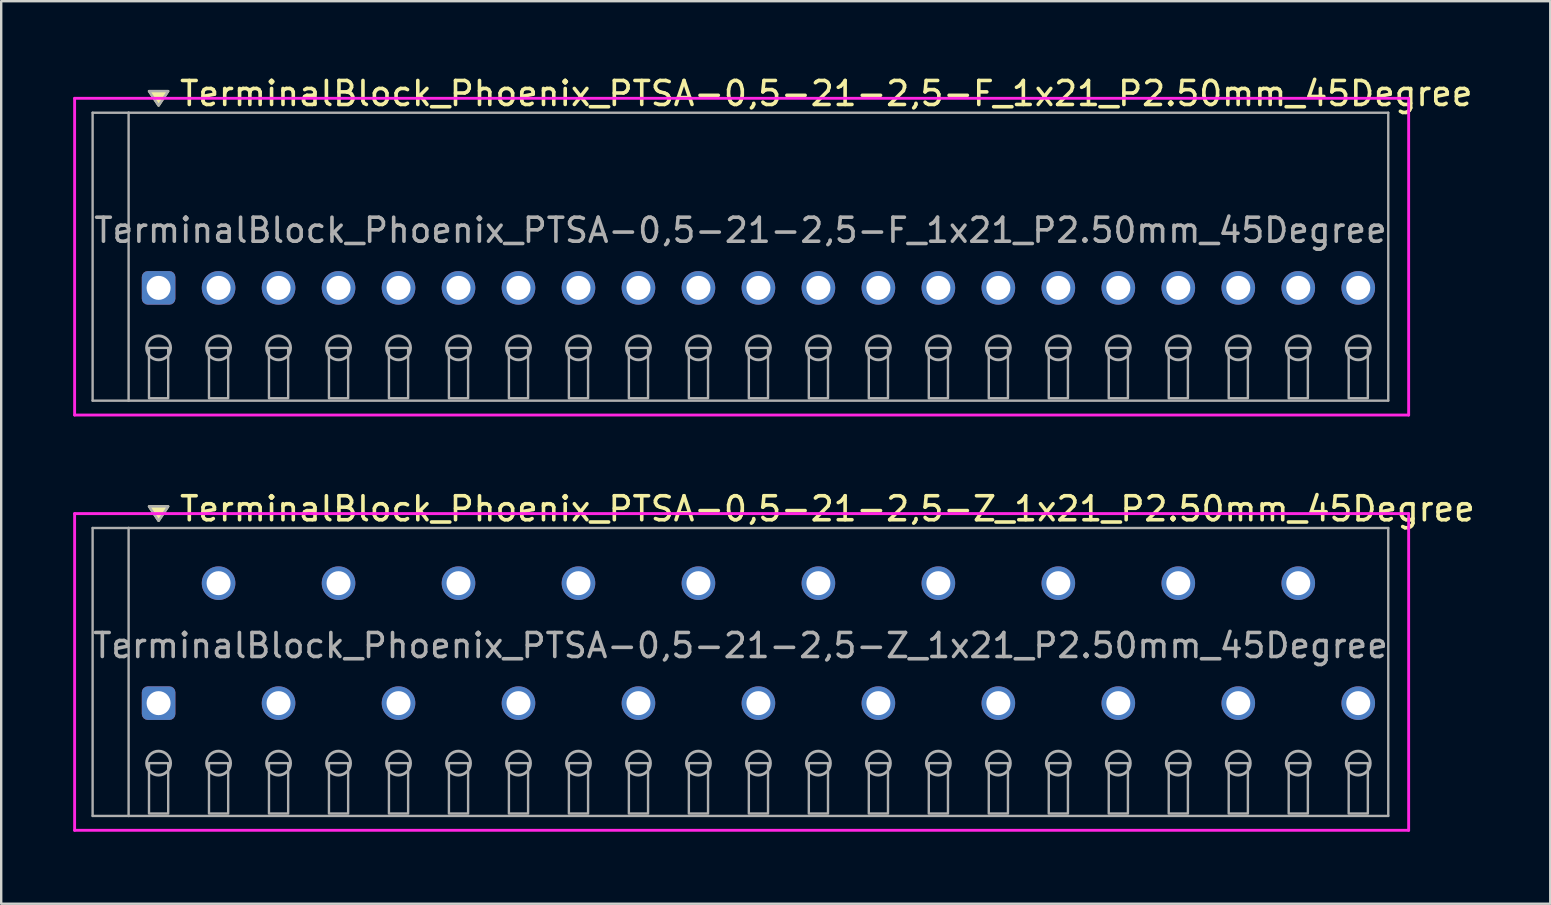
<source format=kicad_pcb>
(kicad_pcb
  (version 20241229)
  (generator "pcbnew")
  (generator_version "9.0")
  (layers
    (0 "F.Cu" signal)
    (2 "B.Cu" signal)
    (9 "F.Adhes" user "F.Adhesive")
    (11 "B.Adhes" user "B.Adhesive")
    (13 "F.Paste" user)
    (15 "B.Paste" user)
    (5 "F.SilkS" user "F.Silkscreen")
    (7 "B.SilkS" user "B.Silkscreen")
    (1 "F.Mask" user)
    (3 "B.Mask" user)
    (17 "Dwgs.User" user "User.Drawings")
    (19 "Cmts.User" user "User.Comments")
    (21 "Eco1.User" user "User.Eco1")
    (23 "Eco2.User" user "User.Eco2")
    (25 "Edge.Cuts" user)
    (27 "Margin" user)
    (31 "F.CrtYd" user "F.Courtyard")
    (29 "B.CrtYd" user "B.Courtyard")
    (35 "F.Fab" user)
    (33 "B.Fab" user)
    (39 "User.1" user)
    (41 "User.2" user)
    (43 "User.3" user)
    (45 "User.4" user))
  (footprint "TerminalBlock_Phoenix_PTSA-0,5-21-2,5-F_1x21_P2.50mm_45Degree"
    (layer "F.Cu")
    (at 3.56 8.948)
    (property "Reference" "TerminalBlock_Phoenix_PTSA-0,5-21-2,5-F_1x21_P2.50mm_45Degree" (at 0.8 -8.1 0) (layer "F.SilkS") (effects (font (size 1 1) (thickness 0.15)) (justify left)))
    (attr through_hole)
    (fp_poly (pts (xy 0 -7.6) (xy -0.4 -8.2) (xy 0.4 -8.2)) (stroke (width 0.1) (type solid)) (fill yes) (layer "F.SilkS"))
    (fp_line (start -3.5 -7.9) (end 52.1 -7.9) (stroke (width 0.12) (type solid)) (layer "F.CrtYd"))
    (fp_line (start -3.5 5.3) (end -3.5 -7.9) (stroke (width 0.12) (type solid)) (layer "F.CrtYd"))
    (fp_line (start 52.1 -7.9) (end 52.1 5.3) (stroke (width 0.12) (type solid)) (layer "F.CrtYd"))
    (fp_line (start 52.1 5.3) (end -3.5 5.3) (stroke (width 0.12) (type solid)) (layer "F.CrtYd"))
    (fp_line (start -2.75 -7.3) (end -1.25 -7.3) (stroke (width 0.1) (type solid)) (layer "F.Fab"))
    (fp_line (start -2.75 4.7) (end -2.75 -7.3) (stroke (width 0.1) (type solid)) (layer "F.Fab"))
    (fp_line (start -1.25 -7.3) (end -1.25 4.7) (stroke (width 0.1) (type solid)) (layer "F.Fab"))
    (fp_line (start -1.25 4.7) (end -2.75 4.7) (stroke (width 0.1) (type solid)) (layer "F.Fab"))
    (fp_line (start -1.25 4.7) (end 51.25 4.7) (stroke (width 0.1) (type solid)) (layer "F.Fab"))
    (fp_line (start 51.25 -7.3) (end -1.25 -7.3) (stroke (width 0.1) (type solid)) (layer "F.Fab"))
    (fp_line (start 51.25 4.7) (end 51.25 -7.3) (stroke (width 0.1) (type solid)) (layer "F.Fab"))
    (fp_circle (center 0 2.5) (end -0.5 2.5) (stroke (width 0.12) (type solid)) (fill no) (layer "F.Fab"))
    (fp_circle (center 2.5 2.5) (end 2 2.5) (stroke (width 0.12) (type solid)) (fill no) (layer "F.Fab"))
    (fp_circle (center 5 2.5) (end 4.5 2.5) (stroke (width 0.12) (type solid)) (fill no) (layer "F.Fab"))
    (fp_circle (center 7.5 2.5) (end 7 2.5) (stroke (width 0.12) (type solid)) (fill no) (layer "F.Fab"))
    (fp_circle (center 10 2.5) (end 9.5 2.5) (stroke (width 0.12) (type solid)) (fill no) (layer "F.Fab"))
    (fp_circle (center 12.5 2.5) (end 12 2.5) (stroke (width 0.12) (type solid)) (fill no) (layer "F.Fab"))
    (fp_circle (center 15 2.5) (end 14.5 2.5) (stroke (width 0.12) (type solid)) (fill no) (layer "F.Fab"))
    (fp_circle (center 17.5 2.5) (end 17 2.5) (stroke (width 0.12) (type solid)) (fill no) (layer "F.Fab"))
    (fp_circle (center 20 2.5) (end 19.5 2.5) (stroke (width 0.12) (type solid)) (fill no) (layer "F.Fab"))
    (fp_circle (center 22.5 2.5) (end 22 2.5) (stroke (width 0.12) (type solid)) (fill no) (layer "F.Fab"))
    (fp_circle (center 25 2.5) (end 24.5 2.5) (stroke (width 0.12) (type solid)) (fill no) (layer "F.Fab"))
    (fp_circle (center 27.5 2.5) (end 27 2.5) (stroke (width 0.12) (type solid)) (fill no) (layer "F.Fab"))
    (fp_circle (center 30 2.5) (end 29.5 2.5) (stroke (width 0.12) (type solid)) (fill no) (layer "F.Fab"))
    (fp_circle (center 32.5 2.5) (end 32 2.5) (stroke (width 0.12) (type solid)) (fill no) (layer "F.Fab"))
    (fp_circle (center 35 2.5) (end 34.5 2.5) (stroke (width 0.12) (type solid)) (fill no) (layer "F.Fab"))
    (fp_circle (center 37.5 2.5) (end 37 2.5) (stroke (width 0.12) (type solid)) (fill no) (layer "F.Fab"))
    (fp_circle (center 40 2.5) (end 39.5 2.5) (stroke (width 0.12) (type solid)) (fill no) (layer "F.Fab"))
    (fp_circle (center 42.5 2.5) (end 42 2.5) (stroke (width 0.12) (type solid)) (fill no) (layer "F.Fab"))
    (fp_circle (center 45 2.5) (end 44.5 2.5) (stroke (width 0.12) (type solid)) (fill no) (layer "F.Fab"))
    (fp_circle (center 47.5 2.5) (end 47 2.5) (stroke (width 0.12) (type solid)) (fill no) (layer "F.Fab"))
    (fp_circle (center 50 2.5) (end 49.5 2.5) (stroke (width 0.12) (type solid)) (fill no) (layer "F.Fab"))
    (fp_poly (pts (xy 0 -7.6) (xy -0.4 -8.2) (xy 0.4 -8.2)) (stroke (width 0.1) (type solid)) (fill no) (layer "F.Fab"))
    (fp_poly (pts (xy -0.4 2.5) (xy -0.4 4.6) (xy 0.4 4.6) (xy 0.4 2.5)) (stroke (width 0.1) (type solid)) (fill no) (layer "F.Fab"))
    (fp_poly (pts (xy 2.1 2.5) (xy 2.1 4.6) (xy 2.9 4.6) (xy 2.9 2.5)) (stroke (width 0.1) (type solid)) (fill no) (layer "F.Fab"))
    (fp_poly (pts (xy 4.6 2.5) (xy 4.6 4.6) (xy 5.4 4.6) (xy 5.4 2.5)) (stroke (width 0.1) (type solid)) (fill no) (layer "F.Fab"))
    (fp_poly (pts (xy 7.1 2.5) (xy 7.1 4.6) (xy 7.9 4.6) (xy 7.9 2.5)) (stroke (width 0.1) (type solid)) (fill no) (layer "F.Fab"))
    (fp_poly (pts (xy 9.6 2.5) (xy 9.6 4.6) (xy 10.4 4.6) (xy 10.4 2.5)) (stroke (width 0.1) (type solid)) (fill no) (layer "F.Fab"))
    (fp_poly (pts (xy 12.1 2.5) (xy 12.1 4.6) (xy 12.9 4.6) (xy 12.9 2.5)) (stroke (width 0.1) (type solid)) (fill no) (layer "F.Fab"))
    (fp_poly (pts (xy 14.6 2.5) (xy 14.6 4.6) (xy 15.4 4.6) (xy 15.4 2.5)) (stroke (width 0.1) (type solid)) (fill no) (layer "F.Fab"))
    (fp_poly (pts (xy 17.1 2.5) (xy 17.1 4.6) (xy 17.9 4.6) (xy 17.9 2.5)) (stroke (width 0.1) (type solid)) (fill no) (layer "F.Fab"))
    (fp_poly (pts (xy 19.6 2.5) (xy 19.6 4.6) (xy 20.4 4.6) (xy 20.4 2.5)) (stroke (width 0.1) (type solid)) (fill no) (layer "F.Fab"))
    (fp_poly (pts (xy 22.1 2.5) (xy 22.1 4.6) (xy 22.9 4.6) (xy 22.9 2.5)) (stroke (width 0.1) (type solid)) (fill no) (layer "F.Fab"))
    (fp_poly (pts (xy 24.6 2.5) (xy 24.6 4.6) (xy 25.4 4.6) (xy 25.4 2.5)) (stroke (width 0.1) (type solid)) (fill no) (layer "F.Fab"))
    (fp_poly (pts (xy 27.1 2.5) (xy 27.1 4.6) (xy 27.9 4.6) (xy 27.9 2.5)) (stroke (width 0.1) (type solid)) (fill no) (layer "F.Fab"))
    (fp_poly (pts (xy 29.6 2.5) (xy 29.6 4.6) (xy 30.4 4.6) (xy 30.4 2.5)) (stroke (width 0.1) (type solid)) (fill no) (layer "F.Fab"))
    (fp_poly (pts (xy 32.1 2.5) (xy 32.1 4.6) (xy 32.9 4.6) (xy 32.9 2.5)) (stroke (width 0.1) (type solid)) (fill no) (layer "F.Fab"))
    (fp_poly (pts (xy 34.6 2.5) (xy 34.6 4.6) (xy 35.4 4.6) (xy 35.4 2.5)) (stroke (width 0.1) (type solid)) (fill no) (layer "F.Fab"))
    (fp_poly (pts (xy 37.1 2.5) (xy 37.1 4.6) (xy 37.9 4.6) (xy 37.9 2.5)) (stroke (width 0.1) (type solid)) (fill no) (layer "F.Fab"))
    (fp_poly (pts (xy 39.6 2.5) (xy 39.6 4.6) (xy 40.4 4.6) (xy 40.4 2.5)) (stroke (width 0.1) (type solid)) (fill no) (layer "F.Fab"))
    (fp_poly (pts (xy 42.1 2.5) (xy 42.1 4.6) (xy 42.9 4.6) (xy 42.9 2.5)) (stroke (width 0.1) (type solid)) (fill no) (layer "F.Fab"))
    (fp_poly (pts (xy 44.6 2.5) (xy 44.6 4.6) (xy 45.4 4.6) (xy 45.4 2.5)) (stroke (width 0.1) (type solid)) (fill no) (layer "F.Fab"))
    (fp_poly (pts (xy 47.1 2.5) (xy 47.1 4.6) (xy 47.9 4.6) (xy 47.9 2.5)) (stroke (width 0.1) (type solid)) (fill no) (layer "F.Fab"))
    (fp_poly (pts (xy 49.6 2.5) (xy 49.6 4.6) (xy 50.4 4.6) (xy 50.4 2.5)) (stroke (width 0.1) (type solid)) (fill no) (layer "F.Fab"))
    (fp_text user "${REFERENCE}" (at 24.25 -2.4 0) (layer "F.Fab") (effects (font (size 1 1) (thickness 0.15))))
    (pad "1" thru_hole roundrect (at 0 0) (size 1.4 1.4) (drill 1) (layers "*.Cu" "*.Mask") (roundrect_rratio 0.179))
    (pad "2" thru_hole oval (at 2.5 0) (size 1.4 1.4) (drill 1) (layers "*.Cu" "*.Mask"))
    (pad "3" thru_hole oval (at 5 0) (size 1.4 1.4) (drill 1) (layers "*.Cu" "*.Mask"))
    (pad "4" thru_hole oval (at 7.5 0) (size 1.4 1.4) (drill 1) (layers "*.Cu" "*.Mask"))
    (pad "5" thru_hole oval (at 10 0) (size 1.4 1.4) (drill 1) (layers "*.Cu" "*.Mask"))
    (pad "6" thru_hole oval (at 12.5 0) (size 1.4 1.4) (drill 1) (layers "*.Cu" "*.Mask"))
    (pad "7" thru_hole oval (at 15 0) (size 1.4 1.4) (drill 1) (layers "*.Cu" "*.Mask"))
    (pad "8" thru_hole oval (at 17.5 0) (size 1.4 1.4) (drill 1) (layers "*.Cu" "*.Mask"))
    (pad "9" thru_hole oval (at 20 0) (size 1.4 1.4) (drill 1) (layers "*.Cu" "*.Mask"))
    (pad "10" thru_hole oval (at 22.5 0) (size 1.4 1.4) (drill 1) (layers "*.Cu" "*.Mask"))
    (pad "11" thru_hole oval (at 25 0) (size 1.4 1.4) (drill 1) (layers "*.Cu" "*.Mask"))
    (pad "12" thru_hole oval (at 27.5 0) (size 1.4 1.4) (drill 1) (layers "*.Cu" "*.Mask"))
    (pad "13" thru_hole oval (at 30 0) (size 1.4 1.4) (drill 1) (layers "*.Cu" "*.Mask"))
    (pad "14" thru_hole oval (at 32.5 0) (size 1.4 1.4) (drill 1) (layers "*.Cu" "*.Mask"))
    (pad "15" thru_hole oval (at 35 0) (size 1.4 1.4) (drill 1) (layers "*.Cu" "*.Mask"))
    (pad "16" thru_hole oval (at 37.5 0) (size 1.4 1.4) (drill 1) (layers "*.Cu" "*.Mask"))
    (pad "17" thru_hole oval (at 40 0) (size 1.4 1.4) (drill 1) (layers "*.Cu" "*.Mask"))
    (pad "18" thru_hole oval (at 42.5 0) (size 1.4 1.4) (drill 1) (layers "*.Cu" "*.Mask"))
    (pad "19" thru_hole oval (at 45 0) (size 1.4 1.4) (drill 1) (layers "*.Cu" "*.Mask"))
    (pad "20" thru_hole oval (at 47.5 0) (size 1.4 1.4) (drill 1) (layers "*.Cu" "*.Mask"))
    (pad "21" thru_hole oval (at 50 0) (size 1.4 1.4) (drill 1) (layers "*.Cu" "*.Mask")))
  (footprint "TerminalBlock_Phoenix_PTSA-0,5-21-2,5-Z_1x21_P2.50mm_45Degree"
    (layer "F.Cu")
    (at 3.56 26.256)
    (property "Reference" "TerminalBlock_Phoenix_PTSA-0,5-21-2,5-Z_1x21_P2.50mm_45Degree" (at 0.8 -8.1 0) (layer "F.SilkS") (effects (font (size 1 1) (thickness 0.15)) (justify left)))
    (attr through_hole)
    (fp_poly (pts (xy 0 -7.6) (xy -0.4 -8.2) (xy 0.4 -8.2)) (stroke (width 0.1) (type solid)) (fill yes) (layer "F.SilkS"))
    (fp_line (start -3.5 -7.9) (end 52.1 -7.9) (stroke (width 0.12) (type solid)) (layer "F.CrtYd"))
    (fp_line (start -3.5 5.3) (end -3.5 -7.9) (stroke (width 0.12) (type solid)) (layer "F.CrtYd"))
    (fp_line (start 52.1 -7.9) (end 52.1 5.3) (stroke (width 0.12) (type solid)) (layer "F.CrtYd"))
    (fp_line (start 52.1 5.3) (end -3.5 5.3) (stroke (width 0.12) (type solid)) (layer "F.CrtYd"))
    (fp_line (start -2.75 -7.3) (end -1.25 -7.3) (stroke (width 0.1) (type solid)) (layer "F.Fab"))
    (fp_line (start -2.75 4.7) (end -2.75 -7.3) (stroke (width 0.1) (type solid)) (layer "F.Fab"))
    (fp_line (start -1.25 -7.3) (end -1.25 4.7) (stroke (width 0.1) (type solid)) (layer "F.Fab"))
    (fp_line (start -1.25 4.7) (end -2.75 4.7) (stroke (width 0.1) (type solid)) (layer "F.Fab"))
    (fp_line (start -1.25 4.7) (end 51.25 4.7) (stroke (width 0.1) (type solid)) (layer "F.Fab"))
    (fp_line (start 51.25 -7.3) (end -1.25 -7.3) (stroke (width 0.1) (type solid)) (layer "F.Fab"))
    (fp_line (start 51.25 4.7) (end 51.25 -7.3) (stroke (width 0.1) (type solid)) (layer "F.Fab"))
    (fp_circle (center 0 2.5) (end -0.5 2.5) (stroke (width 0.12) (type solid)) (fill no) (layer "F.Fab"))
    (fp_circle (center 2.5 2.5) (end 2 2.5) (stroke (width 0.12) (type solid)) (fill no) (layer "F.Fab"))
    (fp_circle (center 5 2.5) (end 4.5 2.5) (stroke (width 0.12) (type solid)) (fill no) (layer "F.Fab"))
    (fp_circle (center 7.5 2.5) (end 7 2.5) (stroke (width 0.12) (type solid)) (fill no) (layer "F.Fab"))
    (fp_circle (center 10 2.5) (end 9.5 2.5) (stroke (width 0.12) (type solid)) (fill no) (layer "F.Fab"))
    (fp_circle (center 12.5 2.5) (end 12 2.5) (stroke (width 0.12) (type solid)) (fill no) (layer "F.Fab"))
    (fp_circle (center 15 2.5) (end 14.5 2.5) (stroke (width 0.12) (type solid)) (fill no) (layer "F.Fab"))
    (fp_circle (center 17.5 2.5) (end 17 2.5) (stroke (width 0.12) (type solid)) (fill no) (layer "F.Fab"))
    (fp_circle (center 20 2.5) (end 19.5 2.5) (stroke (width 0.12) (type solid)) (fill no) (layer "F.Fab"))
    (fp_circle (center 22.5 2.5) (end 22 2.5) (stroke (width 0.12) (type solid)) (fill no) (layer "F.Fab"))
    (fp_circle (center 25 2.5) (end 24.5 2.5) (stroke (width 0.12) (type solid)) (fill no) (layer "F.Fab"))
    (fp_circle (center 27.5 2.5) (end 27 2.5) (stroke (width 0.12) (type solid)) (fill no) (layer "F.Fab"))
    (fp_circle (center 30 2.5) (end 29.5 2.5) (stroke (width 0.12) (type solid)) (fill no) (layer "F.Fab"))
    (fp_circle (center 32.5 2.5) (end 32 2.5) (stroke (width 0.12) (type solid)) (fill no) (layer "F.Fab"))
    (fp_circle (center 35 2.5) (end 34.5 2.5) (stroke (width 0.12) (type solid)) (fill no) (layer "F.Fab"))
    (fp_circle (center 37.5 2.5) (end 37 2.5) (stroke (width 0.12) (type solid)) (fill no) (layer "F.Fab"))
    (fp_circle (center 40 2.5) (end 39.5 2.5) (stroke (width 0.12) (type solid)) (fill no) (layer "F.Fab"))
    (fp_circle (center 42.5 2.5) (end 42 2.5) (stroke (width 0.12) (type solid)) (fill no) (layer "F.Fab"))
    (fp_circle (center 45 2.5) (end 44.5 2.5) (stroke (width 0.12) (type solid)) (fill no) (layer "F.Fab"))
    (fp_circle (center 47.5 2.5) (end 47 2.5) (stroke (width 0.12) (type solid)) (fill no) (layer "F.Fab"))
    (fp_circle (center 50 2.5) (end 49.5 2.5) (stroke (width 0.12) (type solid)) (fill no) (layer "F.Fab"))
    (fp_poly (pts (xy 0 -7.6) (xy -0.4 -8.2) (xy 0.4 -8.2)) (stroke (width 0.1) (type solid)) (fill no) (layer "F.Fab"))
    (fp_poly (pts (xy -0.4 2.5) (xy -0.4 4.6) (xy 0.4 4.6) (xy 0.4 2.5)) (stroke (width 0.1) (type solid)) (fill no) (layer "F.Fab"))
    (fp_poly (pts (xy 2.1 2.5) (xy 2.1 4.6) (xy 2.9 4.6) (xy 2.9 2.5)) (stroke (width 0.1) (type solid)) (fill no) (layer "F.Fab"))
    (fp_poly (pts (xy 4.6 2.5) (xy 4.6 4.6) (xy 5.4 4.6) (xy 5.4 2.5)) (stroke (width 0.1) (type solid)) (fill no) (layer "F.Fab"))
    (fp_poly (pts (xy 7.1 2.5) (xy 7.1 4.6) (xy 7.9 4.6) (xy 7.9 2.5)) (stroke (width 0.1) (type solid)) (fill no) (layer "F.Fab"))
    (fp_poly (pts (xy 9.6 2.5) (xy 9.6 4.6) (xy 10.4 4.6) (xy 10.4 2.5)) (stroke (width 0.1) (type solid)) (fill no) (layer "F.Fab"))
    (fp_poly (pts (xy 12.1 2.5) (xy 12.1 4.6) (xy 12.9 4.6) (xy 12.9 2.5)) (stroke (width 0.1) (type solid)) (fill no) (layer "F.Fab"))
    (fp_poly (pts (xy 14.6 2.5) (xy 14.6 4.6) (xy 15.4 4.6) (xy 15.4 2.5)) (stroke (width 0.1) (type solid)) (fill no) (layer "F.Fab"))
    (fp_poly (pts (xy 17.1 2.5) (xy 17.1 4.6) (xy 17.9 4.6) (xy 17.9 2.5)) (stroke (width 0.1) (type solid)) (fill no) (layer "F.Fab"))
    (fp_poly (pts (xy 19.6 2.5) (xy 19.6 4.6) (xy 20.4 4.6) (xy 20.4 2.5)) (stroke (width 0.1) (type solid)) (fill no) (layer "F.Fab"))
    (fp_poly (pts (xy 22.1 2.5) (xy 22.1 4.6) (xy 22.9 4.6) (xy 22.9 2.5)) (stroke (width 0.1) (type solid)) (fill no) (layer "F.Fab"))
    (fp_poly (pts (xy 24.6 2.5) (xy 24.6 4.6) (xy 25.4 4.6) (xy 25.4 2.5)) (stroke (width 0.1) (type solid)) (fill no) (layer "F.Fab"))
    (fp_poly (pts (xy 27.1 2.5) (xy 27.1 4.6) (xy 27.9 4.6) (xy 27.9 2.5)) (stroke (width 0.1) (type solid)) (fill no) (layer "F.Fab"))
    (fp_poly (pts (xy 29.6 2.5) (xy 29.6 4.6) (xy 30.4 4.6) (xy 30.4 2.5)) (stroke (width 0.1) (type solid)) (fill no) (layer "F.Fab"))
    (fp_poly (pts (xy 32.1 2.5) (xy 32.1 4.6) (xy 32.9 4.6) (xy 32.9 2.5)) (stroke (width 0.1) (type solid)) (fill no) (layer "F.Fab"))
    (fp_poly (pts (xy 34.6 2.5) (xy 34.6 4.6) (xy 35.4 4.6) (xy 35.4 2.5)) (stroke (width 0.1) (type solid)) (fill no) (layer "F.Fab"))
    (fp_poly (pts (xy 37.1 2.5) (xy 37.1 4.6) (xy 37.9 4.6) (xy 37.9 2.5)) (stroke (width 0.1) (type solid)) (fill no) (layer "F.Fab"))
    (fp_poly (pts (xy 39.6 2.5) (xy 39.6 4.6) (xy 40.4 4.6) (xy 40.4 2.5)) (stroke (width 0.1) (type solid)) (fill no) (layer "F.Fab"))
    (fp_poly (pts (xy 42.1 2.5) (xy 42.1 4.6) (xy 42.9 4.6) (xy 42.9 2.5)) (stroke (width 0.1) (type solid)) (fill no) (layer "F.Fab"))
    (fp_poly (pts (xy 44.6 2.5) (xy 44.6 4.6) (xy 45.4 4.6) (xy 45.4 2.5)) (stroke (width 0.1) (type solid)) (fill no) (layer "F.Fab"))
    (fp_poly (pts (xy 47.1 2.5) (xy 47.1 4.6) (xy 47.9 4.6) (xy 47.9 2.5)) (stroke (width 0.1) (type solid)) (fill no) (layer "F.Fab"))
    (fp_poly (pts (xy 49.6 2.5) (xy 49.6 4.6) (xy 50.4 4.6) (xy 50.4 2.5)) (stroke (width 0.1) (type solid)) (fill no) (layer "F.Fab"))
    (fp_text user "${REFERENCE}" (at 24.25 -2.4 0) (layer "F.Fab") (effects (font (size 1 1) (thickness 0.15))))
    (pad "1" thru_hole roundrect (at 0 0) (size 1.4 1.4) (drill 1) (layers "*.Cu" "*.Mask") (roundrect_rratio 0.179))
    (pad "2" thru_hole oval (at 2.5 -5) (size 1.4 1.4) (drill 1) (layers "*.Cu" "*.Mask"))
    (pad "3" thru_hole oval (at 5 0) (size 1.4 1.4) (drill 1) (layers "*.Cu" "*.Mask"))
    (pad "4" thru_hole oval (at 7.5 -5) (size 1.4 1.4) (drill 1) (layers "*.Cu" "*.Mask"))
    (pad "5" thru_hole oval (at 10 0) (size 1.4 1.4) (drill 1) (layers "*.Cu" "*.Mask"))
    (pad "6" thru_hole oval (at 12.5 -5) (size 1.4 1.4) (drill 1) (layers "*.Cu" "*.Mask"))
    (pad "7" thru_hole oval (at 15 0) (size 1.4 1.4) (drill 1) (layers "*.Cu" "*.Mask"))
    (pad "8" thru_hole oval (at 17.5 -5) (size 1.4 1.4) (drill 1) (layers "*.Cu" "*.Mask"))
    (pad "9" thru_hole oval (at 20 0) (size 1.4 1.4) (drill 1) (layers "*.Cu" "*.Mask"))
    (pad "10" thru_hole oval (at 22.5 -5) (size 1.4 1.4) (drill 1) (layers "*.Cu" "*.Mask"))
    (pad "11" thru_hole oval (at 25 0) (size 1.4 1.4) (drill 1) (layers "*.Cu" "*.Mask"))
    (pad "12" thru_hole oval (at 27.5 -5) (size 1.4 1.4) (drill 1) (layers "*.Cu" "*.Mask"))
    (pad "13" thru_hole oval (at 30 0) (size 1.4 1.4) (drill 1) (layers "*.Cu" "*.Mask"))
    (pad "14" thru_hole oval (at 32.5 -5) (size 1.4 1.4) (drill 1) (layers "*.Cu" "*.Mask"))
    (pad "15" thru_hole oval (at 35 0) (size 1.4 1.4) (drill 1) (layers "*.Cu" "*.Mask"))
    (pad "16" thru_hole oval (at 37.5 -5) (size 1.4 1.4) (drill 1) (layers "*.Cu" "*.Mask"))
    (pad "17" thru_hole oval (at 40 0) (size 1.4 1.4) (drill 1) (layers "*.Cu" "*.Mask"))
    (pad "18" thru_hole oval (at 42.5 -5) (size 1.4 1.4) (drill 1) (layers "*.Cu" "*.Mask"))
    (pad "19" thru_hole oval (at 45 0) (size 1.4 1.4) (drill 1) (layers "*.Cu" "*.Mask"))
    (pad "20" thru_hole oval (at 47.5 -5) (size 1.4 1.4) (drill 1) (layers "*.Cu" "*.Mask"))
    (pad "21" thru_hole oval (at 50 0) (size 1.4 1.4) (drill 1) (layers "*.Cu" "*.Mask")))
  (gr_rect
    (start -3 -3)
    (end 61.562 34.617)
    (stroke (width 0.1) (type default))
    (fill no)
    (layer "Edge.Cuts")))
</source>
